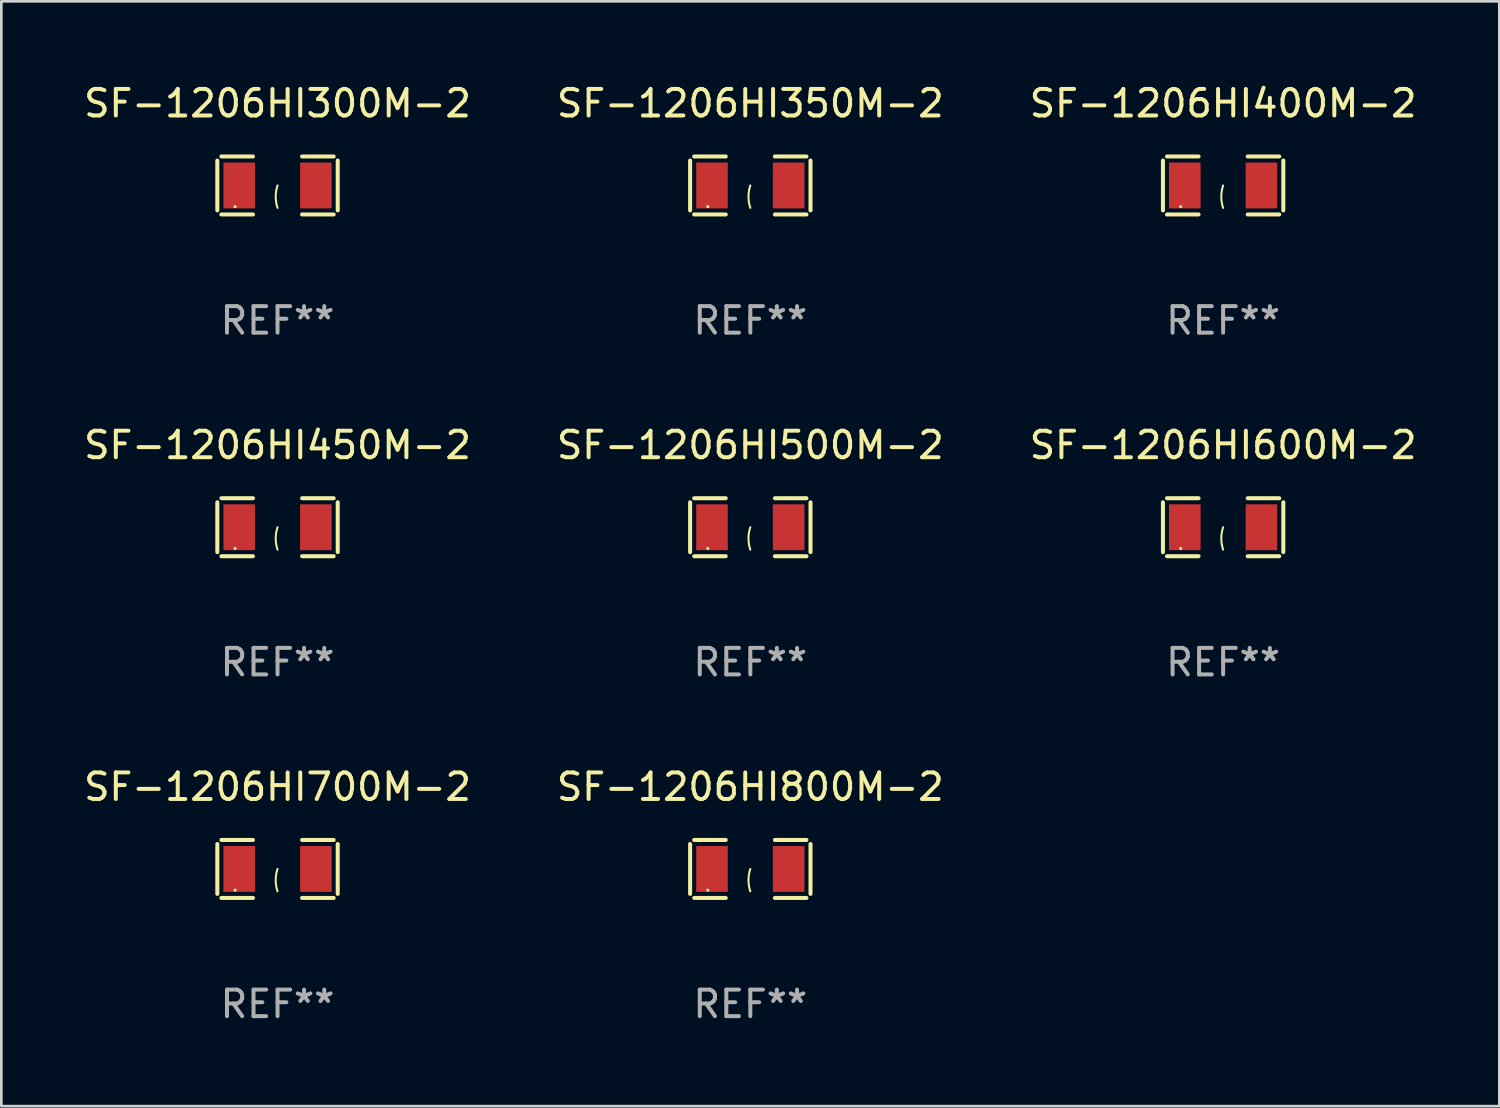
<source format=kicad_pcb>
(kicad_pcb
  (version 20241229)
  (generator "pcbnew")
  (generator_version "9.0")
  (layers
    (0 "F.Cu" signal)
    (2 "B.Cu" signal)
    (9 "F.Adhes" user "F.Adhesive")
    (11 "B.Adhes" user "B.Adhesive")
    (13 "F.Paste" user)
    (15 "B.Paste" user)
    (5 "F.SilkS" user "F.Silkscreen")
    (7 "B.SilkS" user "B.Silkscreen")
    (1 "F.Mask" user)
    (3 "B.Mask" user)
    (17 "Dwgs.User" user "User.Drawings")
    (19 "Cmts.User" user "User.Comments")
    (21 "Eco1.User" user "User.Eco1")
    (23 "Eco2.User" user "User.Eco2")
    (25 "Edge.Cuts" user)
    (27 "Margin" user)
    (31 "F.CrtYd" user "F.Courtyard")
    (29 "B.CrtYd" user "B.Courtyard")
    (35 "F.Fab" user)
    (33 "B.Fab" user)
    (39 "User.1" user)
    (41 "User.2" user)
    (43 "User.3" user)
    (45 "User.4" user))
  (footprint "SF-1206HI800M-2"
    (layer "F.Cu")
    (at 25.232 29.704)
    (property "Reference" "SF-1206HI800M-2" (at 0 -3.093 0) (layer "F.SilkS") (effects (font (size 1 1) (thickness 0.15))))
    (attr through_hole)
    (fp_line (start -2.269 -0.94) (end -2.269 0.94) (stroke (width 0.152) (type solid)) (layer "F.SilkS"))
    (fp_line (start -2.116 1.093) (end -0.926 1.093) (stroke (width 0.152) (type solid)) (layer "F.SilkS"))
    (fp_line (start -0.926 -1.093) (end -2.116 -1.093) (stroke (width 0.152) (type solid)) (layer "F.SilkS"))
    (fp_line (start 0.926 -1.093) (end 2.116 -1.093) (stroke (width 0.152) (type solid)) (layer "F.SilkS"))
    (fp_line (start 2.116 1.093) (end 0.926 1.093) (stroke (width 0.152) (type solid)) (layer "F.SilkS"))
    (fp_line (start 2.269 -0.94) (end 2.269 0.94) (stroke (width 0.152) (type solid)) (layer "F.SilkS"))
    (fp_arc (start 0 0.844951) (mid -0.068559 0.422475) (end 0 0) (stroke (width 0.0762) (type solid)) (layer "F.SilkS"))
    (fp_circle (center -1.6 0.8) (end -1.57 0.8) (stroke (width 0.06) (type solid)) (fill no) (layer "F.SilkS"))
    (fp_text user "REF**" (at 0 5.093 0) (layer "F.Fab") (effects (font (size 1 1) (thickness 0.15))))
    (pad "1" smd rect (at -1.445 0) (size 1.19 1.728) (layers "F.Cu" "F.Mask" "F.Paste"))
    (pad "2" smd rect (at 1.445 0) (size 1.19 1.728) (layers "F.Cu" "F.Mask" "F.Paste")))
  (footprint "SF-1206HI450M-2"
    (layer "F.Cu")
    (at 7.411 16.823)
    (property "Reference" "SF-1206HI450M-2" (at 0 -3.093 0) (layer "F.SilkS") (effects (font (size 1 1) (thickness 0.15))))
    (attr through_hole)
    (fp_line (start -2.269 -0.94) (end -2.269 0.94) (stroke (width 0.152) (type solid)) (layer "F.SilkS"))
    (fp_line (start -2.116 1.093) (end -0.926 1.093) (stroke (width 0.152) (type solid)) (layer "F.SilkS"))
    (fp_line (start -0.926 -1.093) (end -2.116 -1.093) (stroke (width 0.152) (type solid)) (layer "F.SilkS"))
    (fp_line (start 0.926 -1.093) (end 2.116 -1.093) (stroke (width 0.152) (type solid)) (layer "F.SilkS"))
    (fp_line (start 2.116 1.093) (end 0.926 1.093) (stroke (width 0.152) (type solid)) (layer "F.SilkS"))
    (fp_line (start 2.269 -0.94) (end 2.269 0.94) (stroke (width 0.152) (type solid)) (layer "F.SilkS"))
    (fp_arc (start 0 0.844951) (mid -0.068559 0.422475) (end 0 0) (stroke (width 0.0762) (type solid)) (layer "F.SilkS"))
    (fp_circle (center -1.6 0.8) (end -1.57 0.8) (stroke (width 0.06) (type solid)) (fill no) (layer "F.SilkS"))
    (fp_text user "REF**" (at 0 5.093 0) (layer "F.Fab") (effects (font (size 1 1) (thickness 0.15))))
    (pad "1" smd rect (at -1.445 0) (size 1.19 1.728) (layers "F.Cu" "F.Mask" "F.Paste"))
    (pad "2" smd rect (at 1.445 0) (size 1.19 1.728) (layers "F.Cu" "F.Mask" "F.Paste")))
  (footprint "SF-1206HI700M-2"
    (layer "F.Cu")
    (at 7.411 29.704)
    (property "Reference" "SF-1206HI700M-2" (at 0 -3.093 0) (layer "F.SilkS") (effects (font (size 1 1) (thickness 0.15))))
    (attr through_hole)
    (fp_line (start -2.269 -0.94) (end -2.269 0.94) (stroke (width 0.152) (type solid)) (layer "F.SilkS"))
    (fp_line (start -2.116 1.093) (end -0.926 1.093) (stroke (width 0.152) (type solid)) (layer "F.SilkS"))
    (fp_line (start -0.926 -1.093) (end -2.116 -1.093) (stroke (width 0.152) (type solid)) (layer "F.SilkS"))
    (fp_line (start 0.926 -1.093) (end 2.116 -1.093) (stroke (width 0.152) (type solid)) (layer "F.SilkS"))
    (fp_line (start 2.116 1.093) (end 0.926 1.093) (stroke (width 0.152) (type solid)) (layer "F.SilkS"))
    (fp_line (start 2.269 -0.94) (end 2.269 0.94) (stroke (width 0.152) (type solid)) (layer "F.SilkS"))
    (fp_arc (start 0 0.844951) (mid -0.068559 0.422475) (end 0 0) (stroke (width 0.0762) (type solid)) (layer "F.SilkS"))
    (fp_circle (center -1.6 0.8) (end -1.57 0.8) (stroke (width 0.06) (type solid)) (fill no) (layer "F.SilkS"))
    (fp_text user "REF**" (at 0 5.093 0) (layer "F.Fab") (effects (font (size 1 1) (thickness 0.15))))
    (pad "1" smd rect (at -1.445 0) (size 1.19 1.728) (layers "F.Cu" "F.Mask" "F.Paste"))
    (pad "2" smd rect (at 1.445 0) (size 1.19 1.728) (layers "F.Cu" "F.Mask" "F.Paste")))
  (footprint "SF-1206HI400M-2"
    (layer "F.Cu")
    (at 43.054 3.941)
    (property "Reference" "SF-1206HI400M-2" (at 0 -3.093 0) (layer "F.SilkS") (effects (font (size 1 1) (thickness 0.15))))
    (attr through_hole)
    (fp_line (start -2.269 -0.94) (end -2.269 0.94) (stroke (width 0.152) (type solid)) (layer "F.SilkS"))
    (fp_line (start -2.116 1.093) (end -0.926 1.093) (stroke (width 0.152) (type solid)) (layer "F.SilkS"))
    (fp_line (start -0.926 -1.093) (end -2.116 -1.093) (stroke (width 0.152) (type solid)) (layer "F.SilkS"))
    (fp_line (start 0.926 -1.093) (end 2.116 -1.093) (stroke (width 0.152) (type solid)) (layer "F.SilkS"))
    (fp_line (start 2.116 1.093) (end 0.926 1.093) (stroke (width 0.152) (type solid)) (layer "F.SilkS"))
    (fp_line (start 2.269 -0.94) (end 2.269 0.94) (stroke (width 0.152) (type solid)) (layer "F.SilkS"))
    (fp_arc (start 0 0.844951) (mid -0.068559 0.422475) (end 0 0) (stroke (width 0.0762) (type solid)) (layer "F.SilkS"))
    (fp_circle (center -1.6 0.8) (end -1.57 0.8) (stroke (width 0.06) (type solid)) (fill no) (layer "F.SilkS"))
    (fp_text user "REF**" (at 0 5.093 0) (layer "F.Fab") (effects (font (size 1 1) (thickness 0.15))))
    (pad "1" smd rect (at -1.445 0) (size 1.19 1.728) (layers "F.Cu" "F.Mask" "F.Paste"))
    (pad "2" smd rect (at 1.445 0) (size 1.19 1.728) (layers "F.Cu" "F.Mask" "F.Paste")))
  (footprint "SF-1206HI300M-2"
    (layer "F.Cu")
    (at 7.411 3.941)
    (property "Reference" "SF-1206HI300M-2" (at 0 -3.093 0) (layer "F.SilkS") (effects (font (size 1 1) (thickness 0.15))))
    (attr through_hole)
    (fp_line (start -2.269 -0.94) (end -2.269 0.94) (stroke (width 0.152) (type solid)) (layer "F.SilkS"))
    (fp_line (start -2.116 1.093) (end -0.926 1.093) (stroke (width 0.152) (type solid)) (layer "F.SilkS"))
    (fp_line (start -0.926 -1.093) (end -2.116 -1.093) (stroke (width 0.152) (type solid)) (layer "F.SilkS"))
    (fp_line (start 0.926 -1.093) (end 2.116 -1.093) (stroke (width 0.152) (type solid)) (layer "F.SilkS"))
    (fp_line (start 2.116 1.093) (end 0.926 1.093) (stroke (width 0.152) (type solid)) (layer "F.SilkS"))
    (fp_line (start 2.269 -0.94) (end 2.269 0.94) (stroke (width 0.152) (type solid)) (layer "F.SilkS"))
    (fp_arc (start 0 0.844951) (mid -0.068559 0.422475) (end 0 0) (stroke (width 0.0762) (type solid)) (layer "F.SilkS"))
    (fp_circle (center -1.6 0.8) (end -1.57 0.8) (stroke (width 0.06) (type solid)) (fill no) (layer "F.SilkS"))
    (fp_text user "REF**" (at 0 5.093 0) (layer "F.Fab") (effects (font (size 1 1) (thickness 0.15))))
    (pad "1" smd rect (at -1.445 0) (size 1.19 1.728) (layers "F.Cu" "F.Mask" "F.Paste"))
    (pad "2" smd rect (at 1.445 0) (size 1.19 1.728) (layers "F.Cu" "F.Mask" "F.Paste")))
  (footprint "SF-1206HI500M-2"
    (layer "F.Cu")
    (at 25.232 16.823)
    (property "Reference" "SF-1206HI500M-2" (at 0 -3.093 0) (layer "F.SilkS") (effects (font (size 1 1) (thickness 0.15))))
    (attr through_hole)
    (fp_line (start -2.269 -0.94) (end -2.269 0.94) (stroke (width 0.152) (type solid)) (layer "F.SilkS"))
    (fp_line (start -2.116 1.093) (end -0.926 1.093) (stroke (width 0.152) (type solid)) (layer "F.SilkS"))
    (fp_line (start -0.926 -1.093) (end -2.116 -1.093) (stroke (width 0.152) (type solid)) (layer "F.SilkS"))
    (fp_line (start 0.926 -1.093) (end 2.116 -1.093) (stroke (width 0.152) (type solid)) (layer "F.SilkS"))
    (fp_line (start 2.116 1.093) (end 0.926 1.093) (stroke (width 0.152) (type solid)) (layer "F.SilkS"))
    (fp_line (start 2.269 -0.94) (end 2.269 0.94) (stroke (width 0.152) (type solid)) (layer "F.SilkS"))
    (fp_arc (start 0 0.844951) (mid -0.068559 0.422475) (end 0 0) (stroke (width 0.0762) (type solid)) (layer "F.SilkS"))
    (fp_circle (center -1.6 0.8) (end -1.57 0.8) (stroke (width 0.06) (type solid)) (fill no) (layer "F.SilkS"))
    (fp_text user "REF**" (at 0 5.093 0) (layer "F.Fab") (effects (font (size 1 1) (thickness 0.15))))
    (pad "1" smd rect (at -1.445 0) (size 1.19 1.728) (layers "F.Cu" "F.Mask" "F.Paste"))
    (pad "2" smd rect (at 1.445 0) (size 1.19 1.728) (layers "F.Cu" "F.Mask" "F.Paste")))
  (footprint "SF-1206HI600M-2"
    (layer "F.Cu")
    (at 43.054 16.823)
    (property "Reference" "SF-1206HI600M-2" (at 0 -3.093 0) (layer "F.SilkS") (effects (font (size 1 1) (thickness 0.15))))
    (attr through_hole)
    (fp_line (start -2.269 -0.94) (end -2.269 0.94) (stroke (width 0.152) (type solid)) (layer "F.SilkS"))
    (fp_line (start -2.116 1.093) (end -0.926 1.093) (stroke (width 0.152) (type solid)) (layer "F.SilkS"))
    (fp_line (start -0.926 -1.093) (end -2.116 -1.093) (stroke (width 0.152) (type solid)) (layer "F.SilkS"))
    (fp_line (start 0.926 -1.093) (end 2.116 -1.093) (stroke (width 0.152) (type solid)) (layer "F.SilkS"))
    (fp_line (start 2.116 1.093) (end 0.926 1.093) (stroke (width 0.152) (type solid)) (layer "F.SilkS"))
    (fp_line (start 2.269 -0.94) (end 2.269 0.94) (stroke (width 0.152) (type solid)) (layer "F.SilkS"))
    (fp_arc (start 0 0.844951) (mid -0.068559 0.422475) (end 0 0) (stroke (width 0.0762) (type solid)) (layer "F.SilkS"))
    (fp_circle (center -1.6 0.8) (end -1.57 0.8) (stroke (width 0.06) (type solid)) (fill no) (layer "F.SilkS"))
    (fp_text user "REF**" (at 0 5.093 0) (layer "F.Fab") (effects (font (size 1 1) (thickness 0.15))))
    (pad "1" smd rect (at -1.445 0) (size 1.19 1.728) (layers "F.Cu" "F.Mask" "F.Paste"))
    (pad "2" smd rect (at 1.445 0) (size 1.19 1.728) (layers "F.Cu" "F.Mask" "F.Paste")))
  (footprint "SF-1206HI350M-2"
    (layer "F.Cu")
    (at 25.232 3.941)
    (property "Reference" "SF-1206HI350M-2" (at 0 -3.093 0) (layer "F.SilkS") (effects (font (size 1 1) (thickness 0.15))))
    (attr through_hole)
    (fp_line (start -2.269 -0.94) (end -2.269 0.94) (stroke (width 0.152) (type solid)) (layer "F.SilkS"))
    (fp_line (start -2.116 1.093) (end -0.926 1.093) (stroke (width 0.152) (type solid)) (layer "F.SilkS"))
    (fp_line (start -0.926 -1.093) (end -2.116 -1.093) (stroke (width 0.152) (type solid)) (layer "F.SilkS"))
    (fp_line (start 0.926 -1.093) (end 2.116 -1.093) (stroke (width 0.152) (type solid)) (layer "F.SilkS"))
    (fp_line (start 2.116 1.093) (end 0.926 1.093) (stroke (width 0.152) (type solid)) (layer "F.SilkS"))
    (fp_line (start 2.269 -0.94) (end 2.269 0.94) (stroke (width 0.152) (type solid)) (layer "F.SilkS"))
    (fp_arc (start 0 0.844951) (mid -0.068559 0.422475) (end 0 0) (stroke (width 0.0762) (type solid)) (layer "F.SilkS"))
    (fp_circle (center -1.6 0.8) (end -1.57 0.8) (stroke (width 0.06) (type solid)) (fill no) (layer "F.SilkS"))
    (fp_text user "REF**" (at 0 5.093 0) (layer "F.Fab") (effects (font (size 1 1) (thickness 0.15))))
    (pad "1" smd rect (at -1.445 0) (size 1.19 1.728) (layers "F.Cu" "F.Mask" "F.Paste"))
    (pad "2" smd rect (at 1.445 0) (size 1.19 1.728) (layers "F.Cu" "F.Mask" "F.Paste")))
  (gr_rect
    (start -3 -3)
    (end 53.464 38.645)
    (stroke (width 0.1) (type default))
    (fill no)
    (layer "Edge.Cuts")))
</source>
